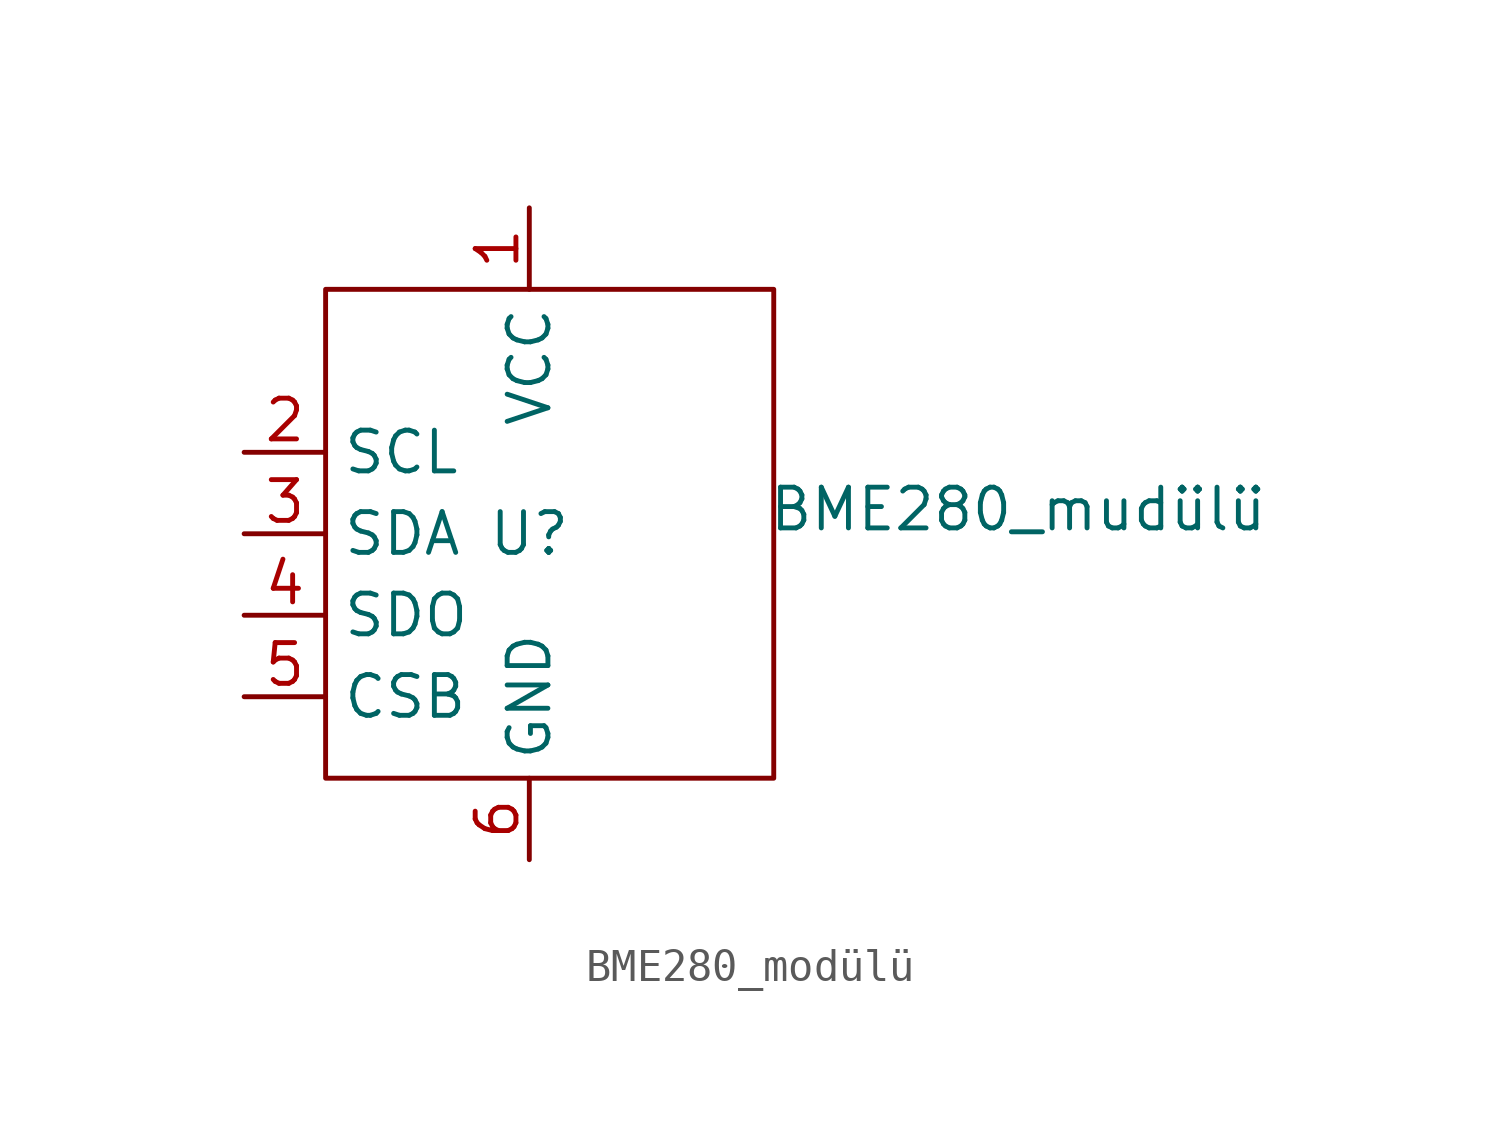
<source format=kicad_sym>
(kicad_symbol_lib
  (version 20241209)
  (generator "kicad_symbol_editor")
  (generator_version "9.0")
  (symbol "BME280_modülü"
    (property "Reference" "U"
      (at 0 0 0)
      (effects (font (size 1.27 1.27))))
    (property "Value" "BME280_mudülü"
      (at 15.24 0.762 0)
      (effects (font (size 1.27 1.27))))
    (symbol "BME280_modülü_0_1"
      (rectangle (start -6.35 7.62) (end 7.62 -7.62) (stroke (width 0) (type default)) (fill (type none))))
    (symbol "BME280_modülü_1_1"
      (pin input line (at -8.89 2.54 0) (length 2.54) (name "SCL" (effects (font (size 1.27 1.27)))) (number "2" (effects (font (size 1.27 1.27)))))
      (pin bidirectional line (at -8.89 0 0) (length 2.54) (name "SDA" (effects (font (size 1.27 1.27)))) (number "3" (effects (font (size 1.27 1.27)))))
      (pin passive line (at -8.89 -2.54 0) (length 2.54) (name "SDO" (effects (font (size 1.27 1.27)))) (number "4" (effects (font (size 1.27 1.27)))))
      (pin passive line (at -8.89 -5.08 0) (length 2.54) (name "CSB" (effects (font (size 1.27 1.27)))) (number "5" (effects (font (size 1.27 1.27)))))
      (pin power_in line (at 0 10.16 270) (length 2.54) (name "VCC" (effects (font (size 1.27 1.27)))) (number "1" (effects (font (size 1.27 1.27)))))
      (pin power_in line (at 0 -10.16 90) (length 2.54) (name "GND" (effects (font (size 1.27 1.27)))) (number "6" (effects (font (size 1.27 1.27))))))))
</source>
